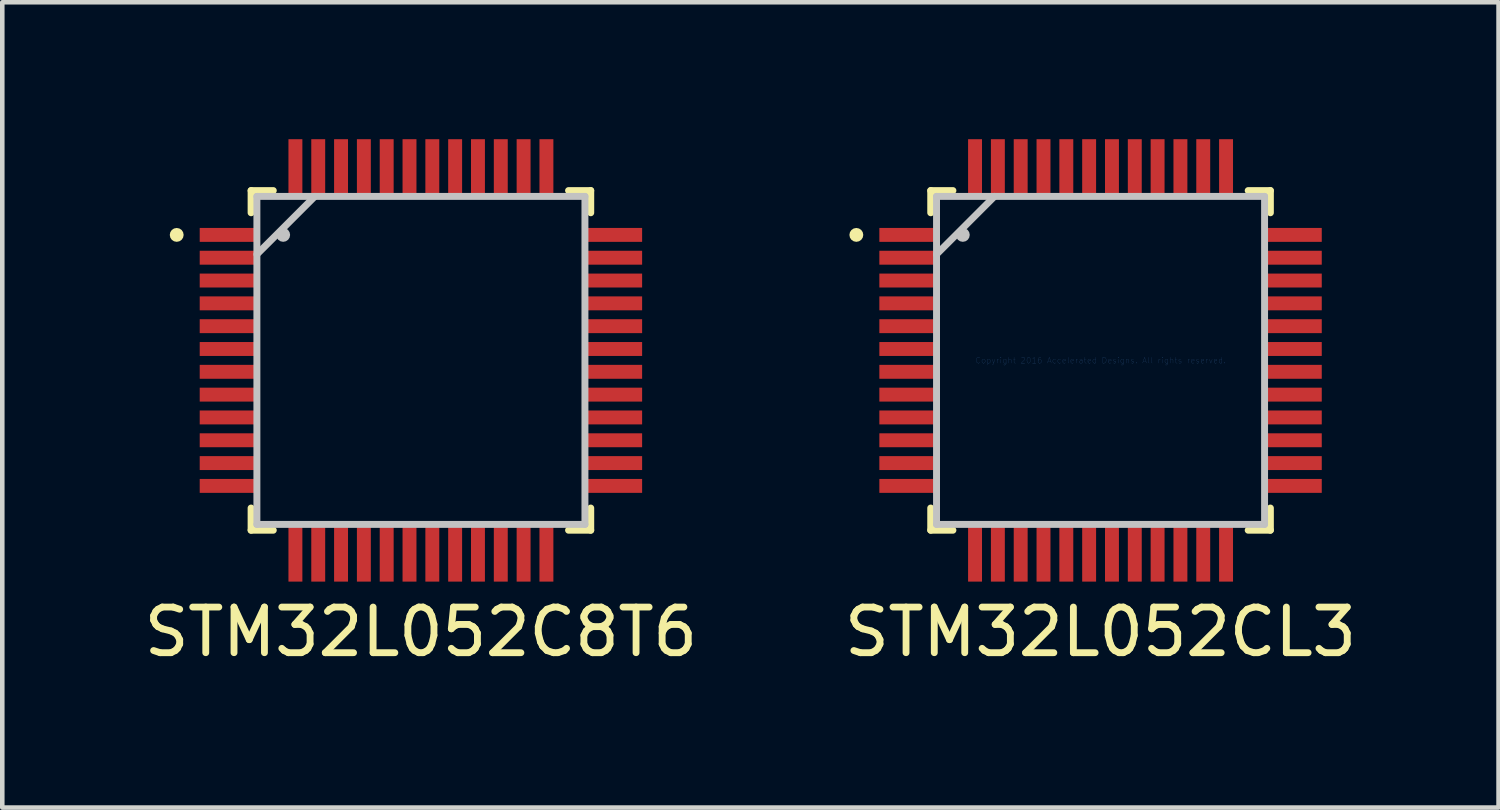
<source format=kicad_pcb>
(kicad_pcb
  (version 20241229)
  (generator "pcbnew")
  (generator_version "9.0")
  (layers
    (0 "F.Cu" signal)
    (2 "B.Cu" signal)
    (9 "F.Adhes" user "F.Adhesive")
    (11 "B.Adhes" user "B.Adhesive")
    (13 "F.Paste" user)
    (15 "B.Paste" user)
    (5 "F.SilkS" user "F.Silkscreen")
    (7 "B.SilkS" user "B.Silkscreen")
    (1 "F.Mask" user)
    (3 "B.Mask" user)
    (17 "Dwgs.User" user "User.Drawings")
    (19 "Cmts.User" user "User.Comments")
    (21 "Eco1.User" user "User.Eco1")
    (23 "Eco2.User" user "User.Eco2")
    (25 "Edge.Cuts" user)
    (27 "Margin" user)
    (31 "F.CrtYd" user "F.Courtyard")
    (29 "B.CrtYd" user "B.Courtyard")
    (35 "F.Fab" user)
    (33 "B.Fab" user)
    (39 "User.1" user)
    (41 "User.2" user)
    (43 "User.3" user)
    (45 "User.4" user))
  (footprint "STM32L052CL3"
    (layer "F.Cu")
    (at 21.065 4.847)
    (property "Reference" "STM32L052CL3" (at 0 5.95 0) (layer "F.SilkS") (effects (font (size 1 1) (thickness 0.15))))
    (attr through_hole)
    (fp_line (start -3.721 -3.721) (end -3.721 -3.235) (stroke (width 0.152) (type solid)) (layer "F.SilkS"))
    (fp_line (start -3.721 3.235) (end -3.721 3.721) (stroke (width 0.152) (type solid)) (layer "F.SilkS"))
    (fp_line (start -3.721 3.721) (end -3.235 3.721) (stroke (width 0.152) (type solid)) (layer "F.SilkS"))
    (fp_line (start -3.235 -3.721) (end -3.721 -3.721) (stroke (width 0.152) (type solid)) (layer "F.SilkS"))
    (fp_line (start 3.235 3.721) (end 3.721 3.721) (stroke (width 0.152) (type solid)) (layer "F.SilkS"))
    (fp_line (start 3.721 -3.721) (end 3.235 -3.721) (stroke (width 0.152) (type solid)) (layer "F.SilkS"))
    (fp_line (start 3.721 -3.235) (end 3.721 -3.721) (stroke (width 0.152) (type solid)) (layer "F.SilkS"))
    (fp_line (start 3.721 3.721) (end 3.721 3.235) (stroke (width 0.152) (type solid)) (layer "F.SilkS"))
    (fp_circle (center -5.351 -2.75) (end -5.275 -2.75) (stroke (width 0.152) (type solid)) (fill no) (layer "F.SilkS"))
    (fp_line (start -3.594 -3.594) (end -3.594 3.594) (stroke (width 0.152) (type solid)) (layer "Dwgs.User"))
    (fp_line (start -3.594 -2.324) (end -2.324 -3.594) (stroke (width 0.152) (type solid)) (layer "Dwgs.User"))
    (fp_line (start -3.594 3.594) (end 3.594 3.594) (stroke (width 0.152) (type solid)) (layer "Dwgs.User"))
    (fp_line (start 3.594 -3.594) (end -3.594 -3.594) (stroke (width 0.152) (type solid)) (layer "Dwgs.User"))
    (fp_line (start 3.594 3.594) (end 3.594 -3.594) (stroke (width 0.152) (type solid)) (layer "Dwgs.User"))
    (fp_circle (center -3.018 -2.75) (end -2.942 -2.75) (stroke (width 0.152) (type solid)) (fill no) (layer "Dwgs.User"))
    (fp_text user "Copyright 2016 Accelerated Designs. All rights reserved." (at 0 0 0) (layer "Cmts.User") (effects (font (size 0.127 0.127) (thickness 0.002))))
    (pad "1" smd rect (at -4.25 -2.75) (size 1.194 0.305) (layers "F.Cu" "F.Mask" "F.Paste"))
    (pad "2" smd rect (at -4.25 -2.25) (size 1.194 0.305) (layers "F.Cu" "F.Mask" "F.Paste"))
    (pad "3" smd rect (at -4.25 -1.75) (size 1.194 0.305) (layers "F.Cu" "F.Mask" "F.Paste"))
    (pad "4" smd rect (at -4.25 -1.25) (size 1.194 0.305) (layers "F.Cu" "F.Mask" "F.Paste"))
    (pad "5" smd rect (at -4.25 -0.75) (size 1.194 0.305) (layers "F.Cu" "F.Mask" "F.Paste"))
    (pad "6" smd rect (at -4.25 -0.25) (size 1.194 0.305) (layers "F.Cu" "F.Mask" "F.Paste"))
    (pad "7" smd rect (at -4.25 0.25) (size 1.194 0.305) (layers "F.Cu" "F.Mask" "F.Paste"))
    (pad "8" smd rect (at -4.25 0.75) (size 1.194 0.305) (layers "F.Cu" "F.Mask" "F.Paste"))
    (pad "9" smd rect (at -4.25 1.25) (size 1.194 0.305) (layers "F.Cu" "F.Mask" "F.Paste"))
    (pad "10" smd rect (at -4.25 1.75) (size 1.194 0.305) (layers "F.Cu" "F.Mask" "F.Paste"))
    (pad "11" smd rect (at -4.25 2.25) (size 1.194 0.305) (layers "F.Cu" "F.Mask" "F.Paste"))
    (pad "12" smd rect (at -4.25 2.75) (size 1.194 0.305) (layers "F.Cu" "F.Mask" "F.Paste"))
    (pad "13" smd rect (at -2.75 4.25 90) (size 1.194 0.305) (layers "F.Cu" "F.Mask" "F.Paste"))
    (pad "14" smd rect (at -2.25 4.25 90) (size 1.194 0.305) (layers "F.Cu" "F.Mask" "F.Paste"))
    (pad "15" smd rect (at -1.75 4.25 90) (size 1.194 0.305) (layers "F.Cu" "F.Mask" "F.Paste"))
    (pad "16" smd rect (at -1.25 4.25 90) (size 1.194 0.305) (layers "F.Cu" "F.Mask" "F.Paste"))
    (pad "17" smd rect (at -0.75 4.25 90) (size 1.194 0.305) (layers "F.Cu" "F.Mask" "F.Paste"))
    (pad "18" smd rect (at -0.25 4.25 90) (size 1.194 0.305) (layers "F.Cu" "F.Mask" "F.Paste"))
    (pad "19" smd rect (at 0.25 4.25 90) (size 1.194 0.305) (layers "F.Cu" "F.Mask" "F.Paste"))
    (pad "20" smd rect (at 0.75 4.25 90) (size 1.194 0.305) (layers "F.Cu" "F.Mask" "F.Paste"))
    (pad "21" smd rect (at 1.25 4.25 90) (size 1.194 0.305) (layers "F.Cu" "F.Mask" "F.Paste"))
    (pad "22" smd rect (at 1.75 4.25 90) (size 1.194 0.305) (layers "F.Cu" "F.Mask" "F.Paste"))
    (pad "23" smd rect (at 2.25 4.25 90) (size 1.194 0.305) (layers "F.Cu" "F.Mask" "F.Paste"))
    (pad "24" smd rect (at 2.75 4.25 90) (size 1.194 0.305) (layers "F.Cu" "F.Mask" "F.Paste"))
    (pad "25" smd rect (at 4.25 2.75) (size 1.194 0.305) (layers "F.Cu" "F.Mask" "F.Paste"))
    (pad "26" smd rect (at 4.25 2.25) (size 1.194 0.305) (layers "F.Cu" "F.Mask" "F.Paste"))
    (pad "27" smd rect (at 4.25 1.75) (size 1.194 0.305) (layers "F.Cu" "F.Mask" "F.Paste"))
    (pad "28" smd rect (at 4.25 1.25) (size 1.194 0.305) (layers "F.Cu" "F.Mask" "F.Paste"))
    (pad "29" smd rect (at 4.25 0.75) (size 1.194 0.305) (layers "F.Cu" "F.Mask" "F.Paste"))
    (pad "30" smd rect (at 4.25 0.25) (size 1.194 0.305) (layers "F.Cu" "F.Mask" "F.Paste"))
    (pad "31" smd rect (at 4.25 -0.25) (size 1.194 0.305) (layers "F.Cu" "F.Mask" "F.Paste"))
    (pad "32" smd rect (at 4.25 -0.75) (size 1.194 0.305) (layers "F.Cu" "F.Mask" "F.Paste"))
    (pad "33" smd rect (at 4.25 -1.25) (size 1.194 0.305) (layers "F.Cu" "F.Mask" "F.Paste"))
    (pad "34" smd rect (at 4.25 -1.75) (size 1.194 0.305) (layers "F.Cu" "F.Mask" "F.Paste"))
    (pad "35" smd rect (at 4.25 -2.25) (size 1.194 0.305) (layers "F.Cu" "F.Mask" "F.Paste"))
    (pad "36" smd rect (at 4.25 -2.75) (size 1.194 0.305) (layers "F.Cu" "F.Mask" "F.Paste"))
    (pad "37" smd rect (at 2.75 -4.25 90) (size 1.194 0.305) (layers "F.Cu" "F.Mask" "F.Paste"))
    (pad "38" smd rect (at 2.25 -4.25 90) (size 1.194 0.305) (layers "F.Cu" "F.Mask" "F.Paste"))
    (pad "39" smd rect (at 1.75 -4.25 90) (size 1.194 0.305) (layers "F.Cu" "F.Mask" "F.Paste"))
    (pad "40" smd rect (at 1.25 -4.25 90) (size 1.194 0.305) (layers "F.Cu" "F.Mask" "F.Paste"))
    (pad "41" smd rect (at 0.75 -4.25 90) (size 1.194 0.305) (layers "F.Cu" "F.Mask" "F.Paste"))
    (pad "42" smd rect (at 0.25 -4.25 90) (size 1.194 0.305) (layers "F.Cu" "F.Mask" "F.Paste"))
    (pad "43" smd rect (at -0.25 -4.25 90) (size 1.194 0.305) (layers "F.Cu" "F.Mask" "F.Paste"))
    (pad "44" smd rect (at -0.75 -4.25 90) (size 1.194 0.305) (layers "F.Cu" "F.Mask" "F.Paste"))
    (pad "45" smd rect (at -1.25 -4.25 90) (size 1.194 0.305) (layers "F.Cu" "F.Mask" "F.Paste"))
    (pad "46" smd rect (at -1.75 -4.25 90) (size 1.194 0.305) (layers "F.Cu" "F.Mask" "F.Paste"))
    (pad "47" smd rect (at -2.25 -4.25 90) (size 1.194 0.305) (layers "F.Cu" "F.Mask" "F.Paste"))
    (pad "48" smd rect (at -2.75 -4.25 90) (size 1.194 0.305) (layers "F.Cu" "F.Mask" "F.Paste")))
  (footprint "STM32L052C8T6"
    (layer "F.Cu")
    (at 6.173 4.847)
    (property "Reference" "STM32L052C8T6" (at 0 5.95 0) (layer "F.SilkS") (effects (font (size 1 1) (thickness 0.15))))
    (attr through_hole)
    (fp_line (start -3.721 -3.721) (end -3.721 -3.235) (stroke (width 0.152) (type solid)) (layer "F.SilkS"))
    (fp_line (start -3.721 3.235) (end -3.721 3.721) (stroke (width 0.152) (type solid)) (layer "F.SilkS"))
    (fp_line (start -3.721 3.721) (end -3.235 3.721) (stroke (width 0.152) (type solid)) (layer "F.SilkS"))
    (fp_line (start -3.235 -3.721) (end -3.721 -3.721) (stroke (width 0.152) (type solid)) (layer "F.SilkS"))
    (fp_line (start 3.235 3.721) (end 3.721 3.721) (stroke (width 0.152) (type solid)) (layer "F.SilkS"))
    (fp_line (start 3.721 -3.721) (end 3.235 -3.721) (stroke (width 0.152) (type solid)) (layer "F.SilkS"))
    (fp_line (start 3.721 -3.235) (end 3.721 -3.721) (stroke (width 0.152) (type solid)) (layer "F.SilkS"))
    (fp_line (start 3.721 3.721) (end 3.721 3.235) (stroke (width 0.152) (type solid)) (layer "F.SilkS"))
    (fp_circle (center -5.351 -2.75) (end -5.275 -2.75) (stroke (width 0.152) (type solid)) (fill no) (layer "F.SilkS"))
    (fp_line (start -3.594 -3.594) (end -3.594 3.594) (stroke (width 0.152) (type solid)) (layer "Dwgs.User"))
    (fp_line (start -3.594 -2.324) (end -2.324 -3.594) (stroke (width 0.152) (type solid)) (layer "Dwgs.User"))
    (fp_line (start -3.594 3.594) (end 3.594 3.594) (stroke (width 0.152) (type solid)) (layer "Dwgs.User"))
    (fp_line (start 3.594 -3.594) (end -3.594 -3.594) (stroke (width 0.152) (type solid)) (layer "Dwgs.User"))
    (fp_line (start 3.594 3.594) (end 3.594 -3.594) (stroke (width 0.152) (type solid)) (layer "Dwgs.User"))
    (fp_circle (center -3.018 -2.75) (end -2.942 -2.75) (stroke (width 0.152) (type solid)) (fill no) (layer "Dwgs.User"))
    (pad "1" smd rect (at -4.25 -2.75) (size 1.194 0.305) (layers "F.Cu" "F.Mask" "F.Paste"))
    (pad "2" smd rect (at -4.25 -2.25) (size 1.194 0.305) (layers "F.Cu" "F.Mask" "F.Paste"))
    (pad "3" smd rect (at -4.25 -1.75) (size 1.194 0.305) (layers "F.Cu" "F.Mask" "F.Paste"))
    (pad "4" smd rect (at -4.25 -1.25) (size 1.194 0.305) (layers "F.Cu" "F.Mask" "F.Paste"))
    (pad "5" smd rect (at -4.25 -0.75) (size 1.194 0.305) (layers "F.Cu" "F.Mask" "F.Paste"))
    (pad "6" smd rect (at -4.25 -0.25) (size 1.194 0.305) (layers "F.Cu" "F.Mask" "F.Paste"))
    (pad "7" smd rect (at -4.25 0.25) (size 1.194 0.305) (layers "F.Cu" "F.Mask" "F.Paste"))
    (pad "8" smd rect (at -4.25 0.75) (size 1.194 0.305) (layers "F.Cu" "F.Mask" "F.Paste"))
    (pad "9" smd rect (at -4.25 1.25) (size 1.194 0.305) (layers "F.Cu" "F.Mask" "F.Paste"))
    (pad "10" smd rect (at -4.25 1.75) (size 1.194 0.305) (layers "F.Cu" "F.Mask" "F.Paste"))
    (pad "11" smd rect (at -4.25 2.25) (size 1.194 0.305) (layers "F.Cu" "F.Mask" "F.Paste"))
    (pad "12" smd rect (at -4.25 2.75) (size 1.194 0.305) (layers "F.Cu" "F.Mask" "F.Paste"))
    (pad "13" smd rect (at -2.75 4.25 90) (size 1.194 0.305) (layers "F.Cu" "F.Mask" "F.Paste"))
    (pad "14" smd rect (at -2.25 4.25 90) (size 1.194 0.305) (layers "F.Cu" "F.Mask" "F.Paste"))
    (pad "15" smd rect (at -1.75 4.25 90) (size 1.194 0.305) (layers "F.Cu" "F.Mask" "F.Paste"))
    (pad "16" smd rect (at -1.25 4.25 90) (size 1.194 0.305) (layers "F.Cu" "F.Mask" "F.Paste"))
    (pad "17" smd rect (at -0.75 4.25 90) (size 1.194 0.305) (layers "F.Cu" "F.Mask" "F.Paste"))
    (pad "18" smd rect (at -0.25 4.25 90) (size 1.194 0.305) (layers "F.Cu" "F.Mask" "F.Paste"))
    (pad "19" smd rect (at 0.25 4.25 90) (size 1.194 0.305) (layers "F.Cu" "F.Mask" "F.Paste"))
    (pad "20" smd rect (at 0.75 4.25 90) (size 1.194 0.305) (layers "F.Cu" "F.Mask" "F.Paste"))
    (pad "21" smd rect (at 1.25 4.25 90) (size 1.194 0.305) (layers "F.Cu" "F.Mask" "F.Paste"))
    (pad "22" smd rect (at 1.75 4.25 90) (size 1.194 0.305) (layers "F.Cu" "F.Mask" "F.Paste"))
    (pad "23" smd rect (at 2.25 4.25 90) (size 1.194 0.305) (layers "F.Cu" "F.Mask" "F.Paste"))
    (pad "24" smd rect (at 2.75 4.25 90) (size 1.194 0.305) (layers "F.Cu" "F.Mask" "F.Paste"))
    (pad "25" smd rect (at 4.25 2.75) (size 1.194 0.305) (layers "F.Cu" "F.Mask" "F.Paste"))
    (pad "26" smd rect (at 4.25 2.25) (size 1.194 0.305) (layers "F.Cu" "F.Mask" "F.Paste"))
    (pad "27" smd rect (at 4.25 1.75) (size 1.194 0.305) (layers "F.Cu" "F.Mask" "F.Paste"))
    (pad "28" smd rect (at 4.25 1.25) (size 1.194 0.305) (layers "F.Cu" "F.Mask" "F.Paste"))
    (pad "29" smd rect (at 4.25 0.75) (size 1.194 0.305) (layers "F.Cu" "F.Mask" "F.Paste"))
    (pad "30" smd rect (at 4.25 0.25) (size 1.194 0.305) (layers "F.Cu" "F.Mask" "F.Paste"))
    (pad "31" smd rect (at 4.25 -0.25) (size 1.194 0.305) (layers "F.Cu" "F.Mask" "F.Paste"))
    (pad "32" smd rect (at 4.25 -0.75) (size 1.194 0.305) (layers "F.Cu" "F.Mask" "F.Paste"))
    (pad "33" smd rect (at 4.25 -1.25) (size 1.194 0.305) (layers "F.Cu" "F.Mask" "F.Paste"))
    (pad "34" smd rect (at 4.25 -1.75) (size 1.194 0.305) (layers "F.Cu" "F.Mask" "F.Paste"))
    (pad "35" smd rect (at 4.25 -2.25) (size 1.194 0.305) (layers "F.Cu" "F.Mask" "F.Paste"))
    (pad "36" smd rect (at 4.25 -2.75) (size 1.194 0.305) (layers "F.Cu" "F.Mask" "F.Paste"))
    (pad "37" smd rect (at 2.75 -4.25 90) (size 1.194 0.305) (layers "F.Cu" "F.Mask" "F.Paste"))
    (pad "38" smd rect (at 2.25 -4.25 90) (size 1.194 0.305) (layers "F.Cu" "F.Mask" "F.Paste"))
    (pad "39" smd rect (at 1.75 -4.25 90) (size 1.194 0.305) (layers "F.Cu" "F.Mask" "F.Paste"))
    (pad "40" smd rect (at 1.25 -4.25 90) (size 1.194 0.305) (layers "F.Cu" "F.Mask" "F.Paste"))
    (pad "41" smd rect (at 0.75 -4.25 90) (size 1.194 0.305) (layers "F.Cu" "F.Mask" "F.Paste"))
    (pad "42" smd rect (at 0.25 -4.25 90) (size 1.194 0.305) (layers "F.Cu" "F.Mask" "F.Paste"))
    (pad "43" smd rect (at -0.25 -4.25 90) (size 1.194 0.305) (layers "F.Cu" "F.Mask" "F.Paste"))
    (pad "44" smd rect (at -0.75 -4.25 90) (size 1.194 0.305) (layers "F.Cu" "F.Mask" "F.Paste"))
    (pad "45" smd rect (at -1.25 -4.25 90) (size 1.194 0.305) (layers "F.Cu" "F.Mask" "F.Paste"))
    (pad "46" smd rect (at -1.75 -4.25 90) (size 1.194 0.305) (layers "F.Cu" "F.Mask" "F.Paste"))
    (pad "47" smd rect (at -2.25 -4.25 90) (size 1.194 0.305) (layers "F.Cu" "F.Mask" "F.Paste"))
    (pad "48" smd rect (at -2.75 -4.25 90) (size 1.194 0.305) (layers "F.Cu" "F.Mask" "F.Paste")))
  (gr_rect
    (start -3 -3)
    (end 29.786 14.645)
    (stroke (width 0.1) (type default))
    (fill no)
    (layer "Edge.Cuts")))
</source>
